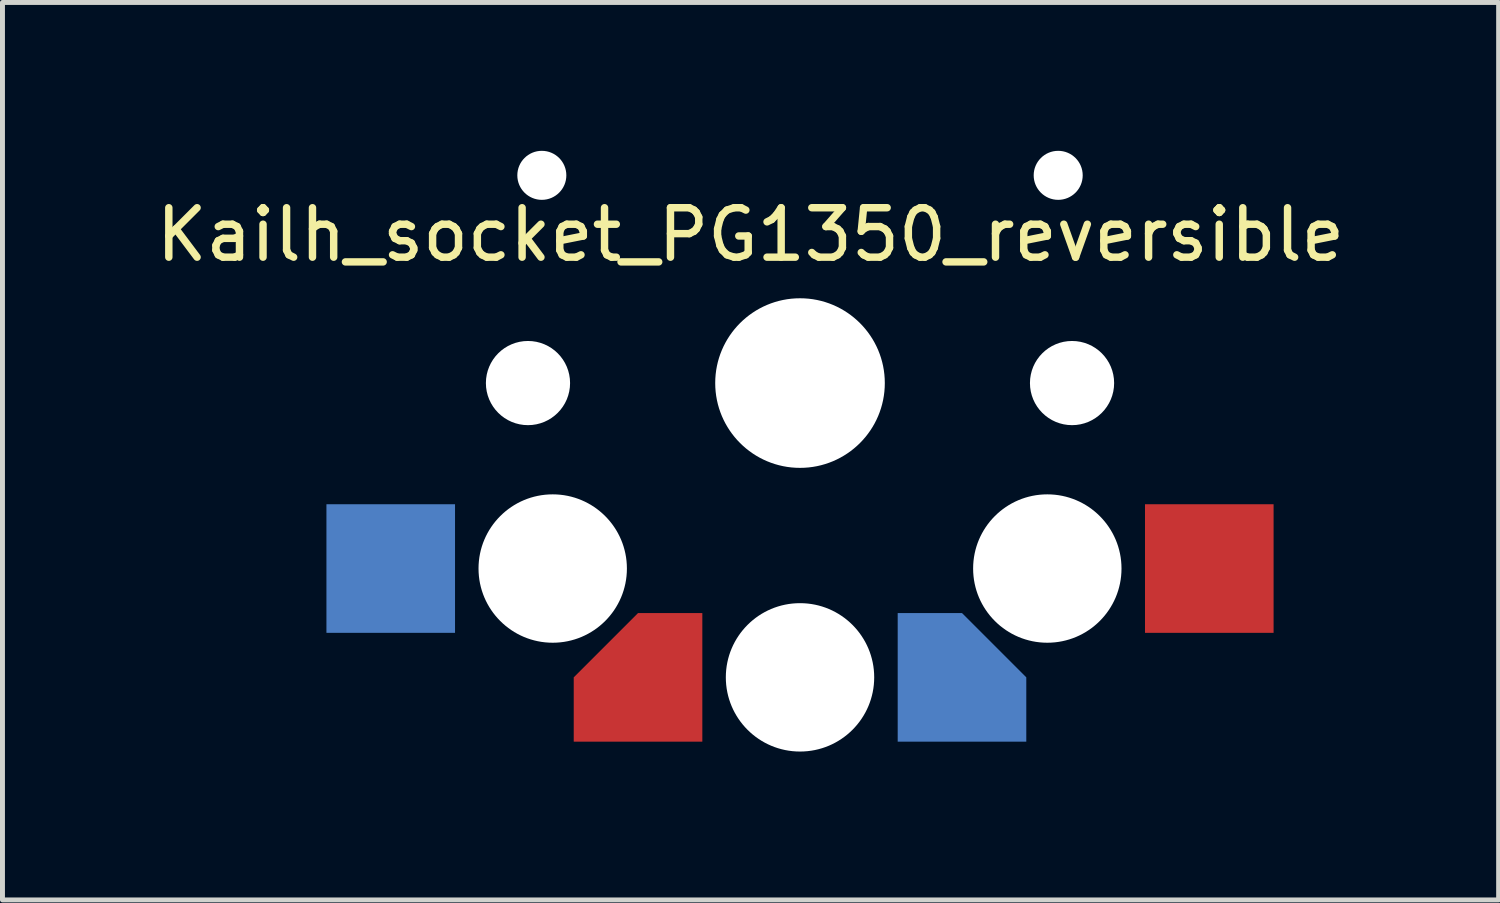
<source format=kicad_pcb>
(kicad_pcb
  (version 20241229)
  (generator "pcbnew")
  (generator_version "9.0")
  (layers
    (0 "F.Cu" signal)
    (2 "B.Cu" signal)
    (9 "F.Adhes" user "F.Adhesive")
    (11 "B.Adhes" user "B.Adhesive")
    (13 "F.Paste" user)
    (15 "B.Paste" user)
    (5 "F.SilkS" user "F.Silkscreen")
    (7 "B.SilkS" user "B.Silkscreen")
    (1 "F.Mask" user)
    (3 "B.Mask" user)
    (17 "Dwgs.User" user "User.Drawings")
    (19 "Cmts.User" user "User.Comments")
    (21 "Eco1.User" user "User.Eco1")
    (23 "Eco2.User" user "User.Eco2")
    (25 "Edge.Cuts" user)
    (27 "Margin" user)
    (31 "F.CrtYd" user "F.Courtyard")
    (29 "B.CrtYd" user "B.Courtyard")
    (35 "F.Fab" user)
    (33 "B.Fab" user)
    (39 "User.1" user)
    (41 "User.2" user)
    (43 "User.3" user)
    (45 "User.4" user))
  (footprint "Kailh_socket_PG1350_reversible"
    (layer "F.Cu")
    (at 13.125 4.695)
    (property "Reference" "Kailh_socket_PG1350_reversible" (at -1 -3 0) (layer "F.SilkS") (effects (font (size 1 1) (thickness 0.15))))
    (attr smd)
    (pad "" np_thru_hole circle (at -5.5 0) (size 1.702 1.702) (drill 1.702) (layers "*.Cu" "*.Mask"))
    (pad "" np_thru_hole circle (at -5.22 -4.2) (size 0.991 0.991) (drill 0.991) (layers "*.Cu" "*.Mask"))
    (pad "" np_thru_hole circle (at -5 3.75) (size 3 3) (drill 3) (layers "*.Cu" "*.Mask"))
    (pad "" np_thru_hole circle (at 0 0) (size 3.429 3.429) (drill 3.429) (layers "*.Cu" "*.Mask"))
    (pad "" np_thru_hole circle (at 0 5.95) (size 3 3) (drill 3) (layers "*.Cu" "*.Mask"))
    (pad "" np_thru_hole circle (at 5 3.75) (size 3 3) (drill 3) (layers "*.Cu" "*.Mask"))
    (pad "" np_thru_hole circle (at 5.22 -4.2) (size 0.991 0.991) (drill 0.991) (layers "*.Cu" "*.Mask"))
    (pad "" np_thru_hole circle (at 5.5 0) (size 1.702 1.702) (drill 1.702) (layers "*.Cu" "*.Mask"))
    (pad "1" smd roundrect (at -3.275 5.95) (size 2.6 2.6) (layers "F.Cu" "F.Mask" "F.Paste") (roundrect_rratio 0) (chamfer_ratio 0.5) (chamfer top_left))
    (pad "1" smd roundrect (at 3.275 5.95) (size 2.6 2.6) (layers "B.Cu" "B.Mask" "B.Paste") (roundrect_rratio 0) (chamfer_ratio 0.5) (chamfer top_right))
    (pad "2" smd rect (at -8.275 3.75) (size 2.6 2.6) (layers "B.Cu" "B.Mask" "B.Paste"))
    (pad "2" smd rect (at 8.275 3.75) (size 2.6 2.6) (layers "F.Cu" "F.Mask" "F.Paste")))
  (gr_rect
    (start -3 -3)
    (end 27.25 15.145)
    (stroke (width 0.1) (type default))
    (fill no)
    (layer "Edge.Cuts")))
</source>
